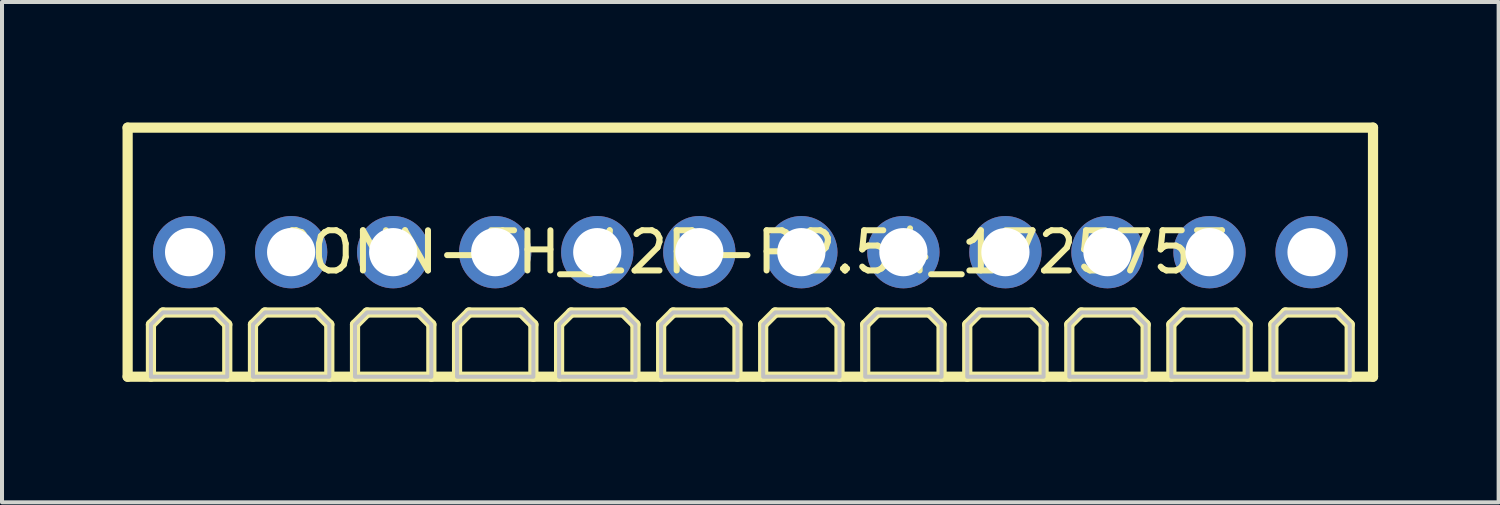
<source format=kicad_pcb>
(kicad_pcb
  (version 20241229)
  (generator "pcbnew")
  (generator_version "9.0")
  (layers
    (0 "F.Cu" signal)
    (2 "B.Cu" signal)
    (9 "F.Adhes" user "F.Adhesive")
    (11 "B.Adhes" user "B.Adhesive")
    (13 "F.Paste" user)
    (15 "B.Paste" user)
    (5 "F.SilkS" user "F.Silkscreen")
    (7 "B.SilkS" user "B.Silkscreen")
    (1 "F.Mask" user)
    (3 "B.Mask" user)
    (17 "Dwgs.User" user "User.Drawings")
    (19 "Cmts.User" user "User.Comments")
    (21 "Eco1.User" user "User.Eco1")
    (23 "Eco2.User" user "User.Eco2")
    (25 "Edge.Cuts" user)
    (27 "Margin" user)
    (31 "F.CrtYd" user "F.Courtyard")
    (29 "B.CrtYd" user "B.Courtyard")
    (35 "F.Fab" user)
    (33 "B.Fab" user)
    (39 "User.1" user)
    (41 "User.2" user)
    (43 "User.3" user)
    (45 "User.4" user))
  (footprint "CONN-TH_12P-P2.54_1725753"
    (layer "F.Cu")
    (at 15.627 3.227)
    (property "Reference" "CONN-TH_12P-P2.54_1725753" (at 0 0 0) (layer "F.SilkS") (effects (font (size 1 1) (thickness 0.15))))
    (fp_line (start -15.5 -3.1) (end 15.5 -3.1) (stroke (width 0.254) (type default)) (layer "F.SilkS"))
    (fp_line (start -15.5 3.1) (end -15.5 -3.1) (stroke (width 0.254) (type default)) (layer "F.SilkS"))
    (fp_line (start -14.92 1.801) (end -14.62 1.501) (stroke (width 0.254) (type default)) (layer "F.SilkS"))
    (fp_line (start -14.92 3.099) (end -14.92 1.801) (stroke (width 0.254) (type default)) (layer "F.SilkS"))
    (fp_line (start -14.62 1.501) (end -13.32 1.501) (stroke (width 0.254) (type default)) (layer "F.SilkS"))
    (fp_line (start -13.32 1.501) (end -13.02 1.801) (stroke (width 0.254) (type default)) (layer "F.SilkS"))
    (fp_line (start -13.02 1.801) (end -13.02 3.1) (stroke (width 0.254) (type default)) (layer "F.SilkS"))
    (fp_line (start -12.38 1.801) (end -12.08 1.501) (stroke (width 0.254) (type default)) (layer "F.SilkS"))
    (fp_line (start -12.38 3.099) (end -12.38 1.801) (stroke (width 0.254) (type default)) (layer "F.SilkS"))
    (fp_line (start -12.08 1.501) (end -10.78 1.501) (stroke (width 0.254) (type default)) (layer "F.SilkS"))
    (fp_line (start -10.78 1.501) (end -10.48 1.801) (stroke (width 0.254) (type default)) (layer "F.SilkS"))
    (fp_line (start -10.48 1.801) (end -10.48 3.1) (stroke (width 0.254) (type default)) (layer "F.SilkS"))
    (fp_line (start -9.84 1.801) (end -9.54 1.501) (stroke (width 0.254) (type default)) (layer "F.SilkS"))
    (fp_line (start -9.84 3.099) (end -9.84 1.801) (stroke (width 0.254) (type default)) (layer "F.SilkS"))
    (fp_line (start -9.54 1.501) (end -8.239 1.501) (stroke (width 0.254) (type default)) (layer "F.SilkS"))
    (fp_line (start -8.239 1.501) (end -7.94 1.801) (stroke (width 0.254) (type default)) (layer "F.SilkS"))
    (fp_line (start -7.94 1.801) (end -7.94 3.1) (stroke (width 0.254) (type default)) (layer "F.SilkS"))
    (fp_line (start -7.3 1.801) (end -7 1.501) (stroke (width 0.254) (type default)) (layer "F.SilkS"))
    (fp_line (start -7.3 3.099) (end -7.3 1.801) (stroke (width 0.254) (type default)) (layer "F.SilkS"))
    (fp_line (start -7 1.501) (end -5.7 1.501) (stroke (width 0.254) (type default)) (layer "F.SilkS"))
    (fp_line (start -5.7 1.501) (end -5.4 1.801) (stroke (width 0.254) (type default)) (layer "F.SilkS"))
    (fp_line (start -5.4 1.801) (end -5.4 3.1) (stroke (width 0.254) (type default)) (layer "F.SilkS"))
    (fp_line (start -4.76 1.801) (end -4.46 1.501) (stroke (width 0.254) (type default)) (layer "F.SilkS"))
    (fp_line (start -4.76 3.099) (end -4.76 1.801) (stroke (width 0.254) (type default)) (layer "F.SilkS"))
    (fp_line (start -4.46 1.501) (end -3.159 1.501) (stroke (width 0.254) (type default)) (layer "F.SilkS"))
    (fp_line (start -3.159 1.501) (end -2.86 1.801) (stroke (width 0.254) (type default)) (layer "F.SilkS"))
    (fp_line (start -2.86 1.801) (end -2.86 3.1) (stroke (width 0.254) (type default)) (layer "F.SilkS"))
    (fp_line (start -2.22 1.801) (end -1.92 1.501) (stroke (width 0.254) (type default)) (layer "F.SilkS"))
    (fp_line (start -2.22 3.099) (end -2.22 1.801) (stroke (width 0.254) (type default)) (layer "F.SilkS"))
    (fp_line (start -1.92 1.501) (end -0.62 1.501) (stroke (width 0.254) (type default)) (layer "F.SilkS"))
    (fp_line (start -0.62 1.501) (end -0.32 1.801) (stroke (width 0.254) (type default)) (layer "F.SilkS"))
    (fp_line (start -0.32 1.801) (end -0.32 3.1) (stroke (width 0.254) (type default)) (layer "F.SilkS"))
    (fp_line (start 0.32 1.801) (end 0.62 1.501) (stroke (width 0.254) (type default)) (layer "F.SilkS"))
    (fp_line (start 0.32 3.099) (end 0.32 1.801) (stroke (width 0.254) (type default)) (layer "F.SilkS"))
    (fp_line (start 0.62 1.501) (end 1.921 1.501) (stroke (width 0.254) (type default)) (layer "F.SilkS"))
    (fp_line (start 1.921 1.501) (end 2.22 1.801) (stroke (width 0.254) (type default)) (layer "F.SilkS"))
    (fp_line (start 2.22 1.801) (end 2.22 3.1) (stroke (width 0.254) (type default)) (layer "F.SilkS"))
    (fp_line (start 2.86 1.801) (end 3.16 1.501) (stroke (width 0.254) (type default)) (layer "F.SilkS"))
    (fp_line (start 2.86 3.099) (end 2.86 1.801) (stroke (width 0.254) (type default)) (layer "F.SilkS"))
    (fp_line (start 3.16 1.501) (end 4.46 1.501) (stroke (width 0.254) (type default)) (layer "F.SilkS"))
    (fp_line (start 4.46 1.501) (end 4.76 1.801) (stroke (width 0.254) (type default)) (layer "F.SilkS"))
    (fp_line (start 4.76 1.801) (end 4.76 3.1) (stroke (width 0.254) (type default)) (layer "F.SilkS"))
    (fp_line (start 5.4 1.801) (end 5.7 1.501) (stroke (width 0.254) (type default)) (layer "F.SilkS"))
    (fp_line (start 5.4 3.099) (end 5.4 1.801) (stroke (width 0.254) (type default)) (layer "F.SilkS"))
    (fp_line (start 5.7 1.501) (end 7 1.501) (stroke (width 0.254) (type default)) (layer "F.SilkS"))
    (fp_line (start 7 1.501) (end 7.3 1.801) (stroke (width 0.254) (type default)) (layer "F.SilkS"))
    (fp_line (start 7.3 1.801) (end 7.3 3.1) (stroke (width 0.254) (type default)) (layer "F.SilkS"))
    (fp_line (start 7.94 1.801) (end 8.239 1.501) (stroke (width 0.254) (type default)) (layer "F.SilkS"))
    (fp_line (start 7.94 3.099) (end 7.94 1.801) (stroke (width 0.254) (type default)) (layer "F.SilkS"))
    (fp_line (start 8.239 1.501) (end 9.54 1.501) (stroke (width 0.254) (type default)) (layer "F.SilkS"))
    (fp_line (start 9.54 1.501) (end 9.84 1.801) (stroke (width 0.254) (type default)) (layer "F.SilkS"))
    (fp_line (start 9.84 1.801) (end 9.84 3.1) (stroke (width 0.254) (type default)) (layer "F.SilkS"))
    (fp_line (start 10.48 1.801) (end 10.78 1.501) (stroke (width 0.254) (type default)) (layer "F.SilkS"))
    (fp_line (start 10.48 3.099) (end 10.48 1.801) (stroke (width 0.254) (type default)) (layer "F.SilkS"))
    (fp_line (start 10.78 1.501) (end 12.081 1.501) (stroke (width 0.254) (type default)) (layer "F.SilkS"))
    (fp_line (start 12.081 1.501) (end 12.38 1.801) (stroke (width 0.254) (type default)) (layer "F.SilkS"))
    (fp_line (start 12.38 1.801) (end 12.38 3.1) (stroke (width 0.254) (type default)) (layer "F.SilkS"))
    (fp_line (start 13.02 1.801) (end 13.32 1.501) (stroke (width 0.254) (type default)) (layer "F.SilkS"))
    (fp_line (start 13.02 3.099) (end 13.02 1.801) (stroke (width 0.254) (type default)) (layer "F.SilkS"))
    (fp_line (start 13.32 1.501) (end 14.62 1.501) (stroke (width 0.254) (type default)) (layer "F.SilkS"))
    (fp_line (start 14.62 1.501) (end 14.92 1.801) (stroke (width 0.254) (type default)) (layer "F.SilkS"))
    (fp_line (start 14.92 1.801) (end 14.92 3.1) (stroke (width 0.254) (type default)) (layer "F.SilkS"))
    (fp_line (start 15.5 -3.1) (end 15.5 3.1) (stroke (width 0.254) (type default)) (layer "F.SilkS"))
    (fp_line (start 15.5 3.1) (end -15.5 3.1) (stroke (width 0.254) (type default)) (layer "F.SilkS"))
    (fp_poly (pts (xy -14.92 3.1) (xy -14.92 1.8) (xy -14.62 1.5) (xy -13.32 1.5) (xy -13.02 1.8) (xy -13.02 3.1)) (stroke (width 0.1) (type default)) (fill no) (layer "Dwgs.User"))
    (fp_poly (pts (xy -12.38 3.1) (xy -12.38 1.8) (xy -12.08 1.5) (xy -10.78 1.5) (xy -10.48 1.8) (xy -10.48 3.1)) (stroke (width 0.1) (type default)) (fill no) (layer "Dwgs.User"))
    (fp_poly (pts (xy -9.84 3.1) (xy -9.84 1.8) (xy -9.54 1.5) (xy -8.24 1.5) (xy -7.94 1.8) (xy -7.94 3.1)) (stroke (width 0.1) (type default)) (fill no) (layer "Dwgs.User"))
    (fp_poly (pts (xy -7.3 3.1) (xy -7.3 1.8) (xy -7 1.5) (xy -5.7 1.5) (xy -5.4 1.8) (xy -5.4 3.1)) (stroke (width 0.1) (type default)) (fill no) (layer "Dwgs.User"))
    (fp_poly (pts (xy -4.76 3.1) (xy -4.76 1.8) (xy -4.46 1.5) (xy -3.16 1.5) (xy -2.86 1.8) (xy -2.86 3.1)) (stroke (width 0.1) (type default)) (fill no) (layer "Dwgs.User"))
    (fp_poly (pts (xy -2.22 3.1) (xy -2.22 1.8) (xy -1.92 1.5) (xy -0.62 1.5) (xy -0.32 1.8) (xy -0.32 3.1)) (stroke (width 0.1) (type default)) (fill no) (layer "Dwgs.User"))
    (fp_poly (pts (xy 0.32 3.1) (xy 0.32 1.8) (xy 0.62 1.5) (xy 1.92 1.5) (xy 2.22 1.8) (xy 2.22 3.1)) (stroke (width 0.1) (type default)) (fill no) (layer "Dwgs.User"))
    (fp_poly (pts (xy 2.86 3.1) (xy 2.86 1.8) (xy 3.16 1.5) (xy 4.46 1.5) (xy 4.76 1.8) (xy 4.76 3.1)) (stroke (width 0.1) (type default)) (fill no) (layer "Dwgs.User"))
    (fp_poly (pts (xy 5.4 3.1) (xy 5.4 1.8) (xy 5.7 1.5) (xy 7 1.5) (xy 7.3 1.8) (xy 7.3 3.1)) (stroke (width 0.1) (type default)) (fill no) (layer "Dwgs.User"))
    (fp_poly (pts (xy 7.94 3.1) (xy 7.94 1.8) (xy 8.24 1.5) (xy 9.54 1.5) (xy 9.84 1.8) (xy 9.84 3.1)) (stroke (width 0.1) (type default)) (fill no) (layer "Dwgs.User"))
    (fp_poly (pts (xy 10.48 3.1) (xy 10.48 1.8) (xy 10.78 1.5) (xy 12.08 1.5) (xy 12.38 1.8) (xy 12.38 3.1)) (stroke (width 0.1) (type default)) (fill no) (layer "Dwgs.User"))
    (fp_poly (pts (xy 13.02 3.1) (xy 13.02 1.8) (xy 13.32 1.5) (xy 14.62 1.5) (xy 14.92 1.8) (xy 14.92 3.1)) (stroke (width 0.1) (type default)) (fill no) (layer "Dwgs.User"))
    (fp_poly (pts (xy -14.47 -0.25) (xy -13.47 -0.25) (xy -13.47 0.25) (xy -14.47 0.25)) (stroke (width 0.1) (type default)) (fill no) (layer "User.1"))
    (fp_poly (pts (xy -11.93 -0.25) (xy -10.93 -0.25) (xy -10.93 0.25) (xy -11.93 0.25)) (stroke (width 0.1) (type default)) (fill no) (layer "User.1"))
    (fp_poly (pts (xy -9.39 -0.25) (xy -8.39 -0.25) (xy -8.39 0.25) (xy -9.39 0.25)) (stroke (width 0.1) (type default)) (fill no) (layer "User.1"))
    (fp_poly (pts (xy -6.85 -0.25) (xy -5.85 -0.25) (xy -5.85 0.25) (xy -6.85 0.25)) (stroke (width 0.1) (type default)) (fill no) (layer "User.1"))
    (fp_poly (pts (xy -4.31 -0.25) (xy -3.31 -0.25) (xy -3.31 0.25) (xy -4.31 0.25)) (stroke (width 0.1) (type default)) (fill no) (layer "User.1"))
    (fp_poly (pts (xy -1.77 -0.25) (xy -0.77 -0.25) (xy -0.77 0.25) (xy -1.77 0.25)) (stroke (width 0.1) (type default)) (fill no) (layer "User.1"))
    (fp_poly (pts (xy 0.77 -0.25) (xy 1.77 -0.25) (xy 1.77 0.25) (xy 0.77 0.25)) (stroke (width 0.1) (type default)) (fill no) (layer "User.1"))
    (fp_poly (pts (xy 3.31 -0.25) (xy 4.31 -0.25) (xy 4.31 0.25) (xy 3.31 0.25)) (stroke (width 0.1) (type default)) (fill no) (layer "User.1"))
    (fp_poly (pts (xy 5.85 -0.25) (xy 6.85 -0.25) (xy 6.85 0.25) (xy 5.85 0.25)) (stroke (width 0.1) (type default)) (fill no) (layer "User.1"))
    (fp_poly (pts (xy 8.39 -0.25) (xy 9.39 -0.25) (xy 9.39 0.25) (xy 8.39 0.25)) (stroke (width 0.1) (type default)) (fill no) (layer "User.1"))
    (fp_poly (pts (xy 10.93 -0.25) (xy 11.93 -0.25) (xy 11.93 0.25) (xy 10.93 0.25)) (stroke (width 0.1) (type default)) (fill no) (layer "User.1"))
    (fp_poly (pts (xy 13.47 -0.25) (xy 14.47 -0.25) (xy 14.47 0.25) (xy 13.47 0.25)) (stroke (width 0.1) (type default)) (fill no) (layer "User.1"))
    (fp_line (start -15.47 -3.1) (end 15.47 -3.1) (stroke (width 0.051) (type default)) (layer "User.2"))
    (fp_line (start -15.47 3.1) (end -15.47 -3.1) (stroke (width 0.051) (type default)) (layer "User.2"))
    (fp_line (start 15.47 -3.1) (end 15.47 3.1) (stroke (width 0.051) (type default)) (layer "User.2"))
    (fp_line (start 15.47 3.1) (end -15.47 3.1) (stroke (width 0.051) (type default)) (layer "User.2"))
    (fp_poly (pts (xy -15.415 3.077) (xy -15.447 3.045) (xy -15.493 3.045) (xy -15.525 3.077) (xy -15.525 3.123) (xy -15.493 3.155) (xy -15.447 3.155) (xy -15.415 3.123)) (stroke (width 0.1) (type default)) (fill no) (layer "User.3"))
    (pad "1" thru_hole circle (at -13.97 0) (size 1.8 1.8) (drill 1.2) (layers "*.Cu" "*.Mask"))
    (pad "2" thru_hole circle (at -11.43 0) (size 1.8 1.8) (drill 1.2) (layers "*.Cu" "*.Mask"))
    (pad "3" thru_hole circle (at -8.89 0) (size 1.8 1.8) (drill 1.2) (layers "*.Cu" "*.Mask"))
    (pad "4" thru_hole circle (at -6.35 0) (size 1.8 1.8) (drill 1.2) (layers "*.Cu" "*.Mask"))
    (pad "5" thru_hole circle (at -3.81 0) (size 1.8 1.8) (drill 1.2) (layers "*.Cu" "*.Mask"))
    (pad "6" thru_hole circle (at -1.27 0) (size 1.8 1.8) (drill 1.2) (layers "*.Cu" "*.Mask"))
    (pad "7" thru_hole circle (at 1.27 0) (size 1.8 1.8) (drill 1.2) (layers "*.Cu" "*.Mask"))
    (pad "8" thru_hole circle (at 3.81 0) (size 1.8 1.8) (drill 1.2) (layers "*.Cu" "*.Mask"))
    (pad "9" thru_hole circle (at 6.35 0) (size 1.8 1.8) (drill 1.2) (layers "*.Cu" "*.Mask"))
    (pad "10" thru_hole circle (at 8.89 0) (size 1.8 1.8) (drill 1.2) (layers "*.Cu" "*.Mask"))
    (pad "11" thru_hole circle (at 11.43 0) (size 1.8 1.8) (drill 1.2) (layers "*.Cu" "*.Mask"))
    (pad "12" thru_hole circle (at 13.97 0) (size 1.8 1.8) (drill 1.2) (layers "*.Cu" "*.Mask")))
  (gr_rect
    (start -3 -3)
    (end 34.254 9.454)
    (stroke (width 0.1) (type default))
    (fill no)
    (layer "Edge.Cuts")))
</source>
